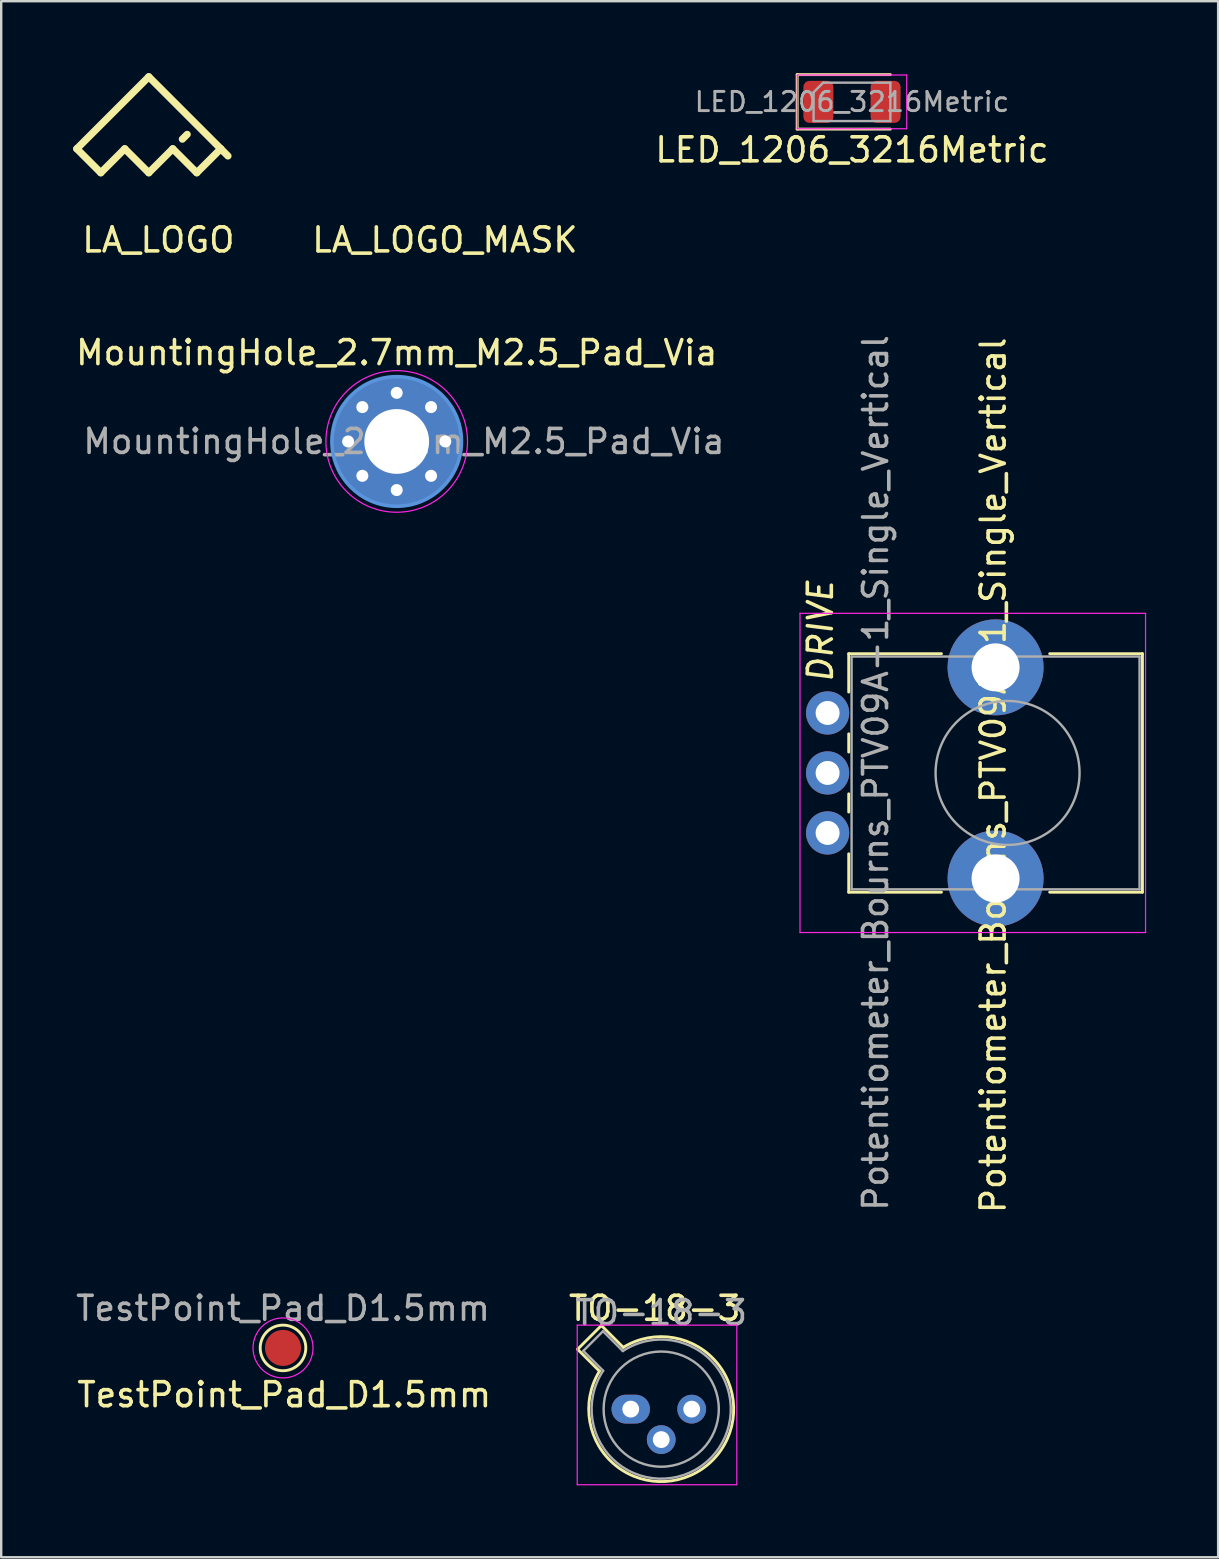
<source format=kicad_pcb>
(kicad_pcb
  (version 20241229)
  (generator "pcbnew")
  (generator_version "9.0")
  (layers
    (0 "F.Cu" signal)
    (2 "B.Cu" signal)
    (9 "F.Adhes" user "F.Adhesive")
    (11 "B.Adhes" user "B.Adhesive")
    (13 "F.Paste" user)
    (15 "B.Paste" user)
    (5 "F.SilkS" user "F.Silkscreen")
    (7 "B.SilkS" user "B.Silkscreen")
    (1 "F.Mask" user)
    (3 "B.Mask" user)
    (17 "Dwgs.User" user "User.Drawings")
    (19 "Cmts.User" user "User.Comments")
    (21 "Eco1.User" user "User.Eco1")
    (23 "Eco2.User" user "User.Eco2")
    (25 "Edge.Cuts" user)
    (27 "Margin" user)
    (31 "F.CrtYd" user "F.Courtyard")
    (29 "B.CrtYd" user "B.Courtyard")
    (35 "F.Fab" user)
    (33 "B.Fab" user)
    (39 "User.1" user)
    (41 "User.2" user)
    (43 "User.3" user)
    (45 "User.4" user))
  (footprint "TestPoint_Pad_D1.5mm"
    (layer "F.Cu")
    (at 8.744 53.123)
    (property "Reference" "TestPoint_Pad_D1.5mm" (at 0.05 1.95 0) (layer "F.SilkS") (effects (font (size 1 1) (thickness 0.15))))
    (attr exclude_from_pos_files exclude_from_bom)
    (fp_circle (center 0 0) (end 0 0.95) (stroke (width 0.12) (type solid)) (fill no) (layer "F.SilkS"))
    (fp_circle (center 0 0) (end 1.25 0) (stroke (width 0.05) (type solid)) (fill no) (layer "F.CrtYd"))
    (fp_text user "${REFERENCE}" (at 0 -1.65 0) (layer "F.Fab") (effects (font (size 1 1) (thickness 0.15))))
    (pad "1" smd circle (at 0 0) (size 1.5 1.5) (layers "F.Cu" "F.Mask")))
  (footprint "TO-18-3"
    (layer "F.Cu")
    (at 23.235 55.673)
    (property "Reference" "TO-18-3" (at 1 -4.2 0) (layer "F.SilkS") (effects (font (size 1 1) (thickness 0.15))))
    (attr through_hole)
    (fp_line (start -2.214 -2.494) (end -1.302 -1.582) (stroke (width 0.12) (type solid)) (layer "F.SilkS"))
    (fp_line (start -1.224 -3.484) (end -2.214 -2.494) (stroke (width 0.12) (type solid)) (layer "F.SilkS"))
    (fp_line (start -0.312 -2.572) (end -1.224 -3.484) (stroke (width 0.12) (type solid)) (layer "F.SilkS"))
    (fp_arc (start -0.312331 -2.572281) (mid 3.405374 2.135551) (end -1.30215 -1.582544) (stroke (width 0.12) (type solid)) (layer "F.SilkS"))
    (fp_line (start -2.23 -3.5) (end -2.23 3.15) (stroke (width 0.05) (type solid)) (layer "F.CrtYd"))
    (fp_line (start -2.23 3.15) (end 4.42 3.15) (stroke (width 0.05) (type solid)) (layer "F.CrtYd"))
    (fp_line (start 4.42 -3.5) (end -2.23 -3.5) (stroke (width 0.05) (type solid)) (layer "F.CrtYd"))
    (fp_line (start 4.42 3.15) (end 4.42 -3.5) (stroke (width 0.05) (type solid)) (layer "F.CrtYd"))
    (fp_line (start -1.977 -2.426) (end -1.149 -1.599) (stroke (width 0.1) (type solid)) (layer "F.Fab"))
    (fp_line (start -1.156 -3.247) (end -1.977 -2.426) (stroke (width 0.1) (type solid)) (layer "F.Fab"))
    (fp_line (start -0.329 -2.419) (end -1.156 -3.247) (stroke (width 0.1) (type solid)) (layer "F.Fab"))
    (fp_arc (start -0.329057 -2.419301) (mid 3.321076 2.050143) (end -1.150029 -1.597956) (stroke (width 0.1) (type solid)) (layer "F.Fab"))
    (fp_circle (center 1.27 0) (end 3.67 0) (stroke (width 0.1) (type solid)) (fill no) (layer "F.Fab"))
    (fp_text user "${REFERENCE}" (at 1.27 -4.02 0) (layer "F.Fab") (effects (font (size 1 1) (thickness 0.15))))
    (pad "1" thru_hole oval (at 0 0) (size 1.6 1.2) (drill 0.7) (layers "*.Cu" "*.Mask"))
    (pad "2" thru_hole oval (at 1.27 1.27) (size 1.2 1.2) (drill 0.7) (layers "*.Cu" "*.Mask"))
    (pad "3" thru_hole oval (at 2.54 0) (size 1.2 1.2) (drill 0.7) (layers "*.Cu" "*.Mask")))
  (footprint "LA_LOGO_MASK"
    (layer "F.Cu")
    (at 15.09 4.15)
    (property "Reference" "LA_LOGO_MASK" (at 0.4 2.8 0) (layer "F.SilkS") (effects (font (size 1 1) (thickness 0.15))))
    (attr through_hole)
    (fp_line (start -2 0) (end -3 -1) (stroke (width 0.3) (type solid)) (layer "F.Mask"))
    (fp_line (start -1 -1) (end -2 0) (stroke (width 0.3) (type solid)) (layer "F.Mask"))
    (fp_line (start 0 -4) (end -3 -1) (stroke (width 0.3) (type solid)) (layer "F.Mask"))
    (fp_line (start 0 -4) (end 3 -1) (stroke (width 0.3) (type solid)) (layer "F.Mask"))
    (fp_line (start 0 0) (end -1 -1) (stroke (width 0.3) (type solid)) (layer "F.Mask"))
    (fp_line (start 1 -1) (end 0 0) (stroke (width 0.3) (type solid)) (layer "F.Mask"))
    (fp_line (start 1.4 -1.4) (end 1.6 -1.6) (stroke (width 0.3) (type solid)) (layer "F.Mask"))
    (fp_line (start 2 0) (end 1 -1) (stroke (width 0.3) (type solid)) (layer "F.Mask"))
    (fp_line (start 3 -1) (end 2 0) (stroke (width 0.3) (type solid)) (layer "F.Mask"))
    (fp_line (start 3 -1) (end 3.3 -0.7) (stroke (width 0.3) (type solid)) (layer "F.Mask")))
  (footprint "MountingHole_2.7mm_M2.5_Pad_Via"
    (layer "F.Cu")
    (at 13.482 15.347)
    (property "Reference" "MountingHole_2.7mm_M2.5_Pad_Via" (at 0 -3.7 0) (layer "F.SilkS") (effects (font (size 1 1) (thickness 0.15))))
    (attr exclude_from_pos_files exclude_from_bom)
    (fp_circle (center 0 0) (end 2.7 0) (stroke (width 0.15) (type solid)) (fill no) (layer "Cmts.User"))
    (fp_circle (center 0 0) (end 2.95 0) (stroke (width 0.05) (type solid)) (fill no) (layer "F.CrtYd"))
    (fp_text user "${REFERENCE}" (at 0.3 0 0) (layer "F.Fab") (effects (font (size 1 1) (thickness 0.15))))
    (pad "1" thru_hole circle (at -2.025 0) (size 0.8 0.8) (drill 0.5) (layers "*.Cu" "*.Mask"))
    (pad "1" thru_hole circle (at -1.432 -1.432) (size 0.8 0.8) (drill 0.5) (layers "*.Cu" "*.Mask"))
    (pad "1" thru_hole circle (at -1.432 1.432) (size 0.8 0.8) (drill 0.5) (layers "*.Cu" "*.Mask"))
    (pad "1" thru_hole circle (at 0 -2.025) (size 0.8 0.8) (drill 0.5) (layers "*.Cu" "*.Mask"))
    (pad "1" thru_hole circle (at 0 0) (size 5.4 5.4) (drill 2.7) (layers "*.Cu" "*.Mask"))
    (pad "1" thru_hole circle (at 0 2.025) (size 0.8 0.8) (drill 0.5) (layers "*.Cu" "*.Mask"))
    (pad "1" thru_hole circle (at 1.432 -1.432) (size 0.8 0.8) (drill 0.5) (layers "*.Cu" "*.Mask"))
    (pad "1" thru_hole circle (at 1.432 1.432) (size 0.8 0.8) (drill 0.5) (layers "*.Cu" "*.Mask"))
    (pad "1" thru_hole circle (at 2.025 0) (size 0.8 0.8) (drill 0.5) (layers "*.Cu" "*.Mask")))
  (footprint "Potentiometer_Bourns_PTV09A-1_Single_Vertical"
    (layer "F.Cu")
    (at 31.439 31.661)
    (property "Reference" "Potentiometer_Bourns_PTV09A-1_Single_Vertical" (at 6.9 -2.4 90) (layer "F.SilkS") (effects (font (size 1 1) (thickness 0.15))))
    (attr through_hole)
    (fp_line (start 0.88 -7.47) (end 0.88 -5.871) (stroke (width 0.12) (type solid)) (layer "F.SilkS"))
    (fp_line (start 0.88 -7.47) (end 4.745 -7.47) (stroke (width 0.12) (type solid)) (layer "F.SilkS"))
    (fp_line (start 0.88 -4.129) (end 0.88 -3.37) (stroke (width 0.12) (type solid)) (layer "F.SilkS"))
    (fp_line (start 0.88 -1.629) (end 0.88 -0.87) (stroke (width 0.12) (type solid)) (layer "F.SilkS"))
    (fp_line (start 0.88 0.87) (end 0.88 2.47) (stroke (width 0.12) (type solid)) (layer "F.SilkS"))
    (fp_line (start 0.88 2.47) (end 4.745 2.47) (stroke (width 0.12) (type solid)) (layer "F.SilkS"))
    (fp_line (start 9.255 -7.47) (end 13.12 -7.47) (stroke (width 0.12) (type solid)) (layer "F.SilkS"))
    (fp_line (start 9.255 2.47) (end 13.12 2.47) (stroke (width 0.12) (type solid)) (layer "F.SilkS"))
    (fp_line (start 13.12 -7.47) (end 13.12 2.47) (stroke (width 0.12) (type solid)) (layer "F.SilkS"))
    (fp_line (start -1.15 -9.15) (end -1.15 4.15) (stroke (width 0.05) (type solid)) (layer "F.CrtYd"))
    (fp_line (start -1.15 4.15) (end 13.25 4.15) (stroke (width 0.05) (type solid)) (layer "F.CrtYd"))
    (fp_line (start 13.25 -9.15) (end -1.15 -9.15) (stroke (width 0.05) (type solid)) (layer "F.CrtYd"))
    (fp_line (start 13.25 4.15) (end 13.25 -9.15) (stroke (width 0.05) (type solid)) (layer "F.CrtYd"))
    (fp_line (start 1 -7.35) (end 1 2.35) (stroke (width 0.1) (type solid)) (layer "F.Fab"))
    (fp_line (start 1 2.35) (end 13 2.35) (stroke (width 0.1) (type solid)) (layer "F.Fab"))
    (fp_line (start 13 -7.35) (end 1 -7.35) (stroke (width 0.1) (type solid)) (layer "F.Fab"))
    (fp_line (start 13 2.35) (end 13 -7.35) (stroke (width 0.1) (type solid)) (layer "F.Fab"))
    (fp_circle (center 7.5 -2.5) (end 10.5 -2.5) (stroke (width 0.1) (type solid)) (fill no) (layer "F.Fab"))
    (fp_text user "DRIVE" (at -0.3 -8.4 90) (layer "F.SilkS") (effects (font (size 1 1) (thickness 0.15) (italic yes))))
    (fp_text user "${REFERENCE}" (at 2 -2.5 270) (layer "F.Fab") (effects (font (size 1 1) (thickness 0.15))))
    (pad "" np_thru_hole circle (at 7 -6.9) (size 4 4) (drill 2) (layers "*.Cu" "*.Mask"))
    (pad "" np_thru_hole circle (at 7 1.9) (size 4 4) (drill 2) (layers "*.Cu" "*.Mask"))
    (pad "1" thru_hole circle (at 0 0) (size 1.8 1.8) (drill 1) (layers "*.Cu" "*.Mask"))
    (pad "2" thru_hole circle (at 0 -2.5) (size 1.8 1.8) (drill 1) (layers "*.Cu" "*.Mask"))
    (pad "3" thru_hole circle (at 0 -5) (size 1.8 1.8) (drill 1) (layers "*.Cu" "*.Mask")))
  (footprint "LA_LOGO"
    (layer "F.Cu")
    (at 3.15 4.15)
    (property "Reference" "LA_LOGO" (at 0.4 2.8 0) (layer "F.SilkS") (effects (font (size 1 1) (thickness 0.15))))
    (attr through_hole)
    (fp_line (start -3 -1) (end -2 0) (stroke (width 0.3) (type solid)) (layer "F.SilkS"))
    (fp_line (start -3 -1) (end 0 -4) (stroke (width 0.3) (type solid)) (layer "F.SilkS"))
    (fp_line (start -2 0) (end -1 -1) (stroke (width 0.3) (type solid)) (layer "F.SilkS"))
    (fp_line (start -1 -1) (end 0 0) (stroke (width 0.3) (type solid)) (layer "F.SilkS"))
    (fp_line (start 0 -4) (end 3 -1) (stroke (width 0.3) (type solid)) (layer "F.SilkS"))
    (fp_line (start 0 0) (end 1 -1) (stroke (width 0.3) (type solid)) (layer "F.SilkS"))
    (fp_line (start 1 -1) (end 2 0) (stroke (width 0.3) (type solid)) (layer "F.SilkS"))
    (fp_line (start 1.6 -1.6) (end 1.4 -1.4) (stroke (width 0.3) (type solid)) (layer "F.SilkS"))
    (fp_line (start 2 0) (end 3 -1) (stroke (width 0.3) (type solid)) (layer "F.SilkS"))
    (fp_line (start 3 -1) (end 3.3 -0.7) (stroke (width 0.3) (type solid)) (layer "F.SilkS")))
  (footprint "LED_1206_3216Metric"
    (layer "F.Cu")
    (at 32.455 1.195)
    (property "Reference" "LED_1206_3216Metric" (at 0 2 0) (layer "F.SilkS") (effects (font (size 1 1) (thickness 0.15))))
    (attr smd)
    (fp_line (start -2.285 -1.135) (end -2.285 1.135) (stroke (width 0.12) (type solid)) (layer "F.SilkS"))
    (fp_line (start -2.285 1.135) (end 1.6 1.135) (stroke (width 0.12) (type solid)) (layer "F.SilkS"))
    (fp_line (start 1.6 -1.135) (end -2.285 -1.135) (stroke (width 0.12) (type solid)) (layer "F.SilkS"))
    (fp_line (start -2.28 -1.12) (end 2.28 -1.12) (stroke (width 0.05) (type solid)) (layer "F.CrtYd"))
    (fp_line (start -2.28 1.12) (end -2.28 -1.12) (stroke (width 0.05) (type solid)) (layer "F.CrtYd"))
    (fp_line (start 2.28 -1.12) (end 2.28 1.12) (stroke (width 0.05) (type solid)) (layer "F.CrtYd"))
    (fp_line (start 2.28 1.12) (end -2.28 1.12) (stroke (width 0.05) (type solid)) (layer "F.CrtYd"))
    (fp_line (start -1.6 -0.4) (end -1.6 0.8) (stroke (width 0.1) (type solid)) (layer "F.Fab"))
    (fp_line (start -1.6 0.8) (end 1.6 0.8) (stroke (width 0.1) (type solid)) (layer "F.Fab"))
    (fp_line (start -1.2 -0.8) (end -1.6 -0.4) (stroke (width 0.1) (type solid)) (layer "F.Fab"))
    (fp_line (start 1.6 -0.8) (end -1.2 -0.8) (stroke (width 0.1) (type solid)) (layer "F.Fab"))
    (fp_line (start 1.6 0.8) (end 1.6 -0.8) (stroke (width 0.1) (type solid)) (layer "F.Fab"))
    (fp_text user "${REFERENCE}" (at 0 0 0) (layer "F.Fab") (effects (font (size 0.8 0.8) (thickness 0.12))))
    (pad "1" smd roundrect (at -1.4 0) (size 1.25 1.75) (layers "F.Cu" "F.Mask" "F.Paste") (roundrect_rratio 0.2))
    (pad "2" smd roundrect (at 1.4 0) (size 1.25 1.75) (layers "F.Cu" "F.Mask" "F.Paste") (roundrect_rratio 0.2)))
  (gr_rect
    (start -3 -3)
    (end 47.714 61.848)
    (stroke (width 0.1) (type default))
    (fill no)
    (layer "Edge.Cuts")))
</source>
